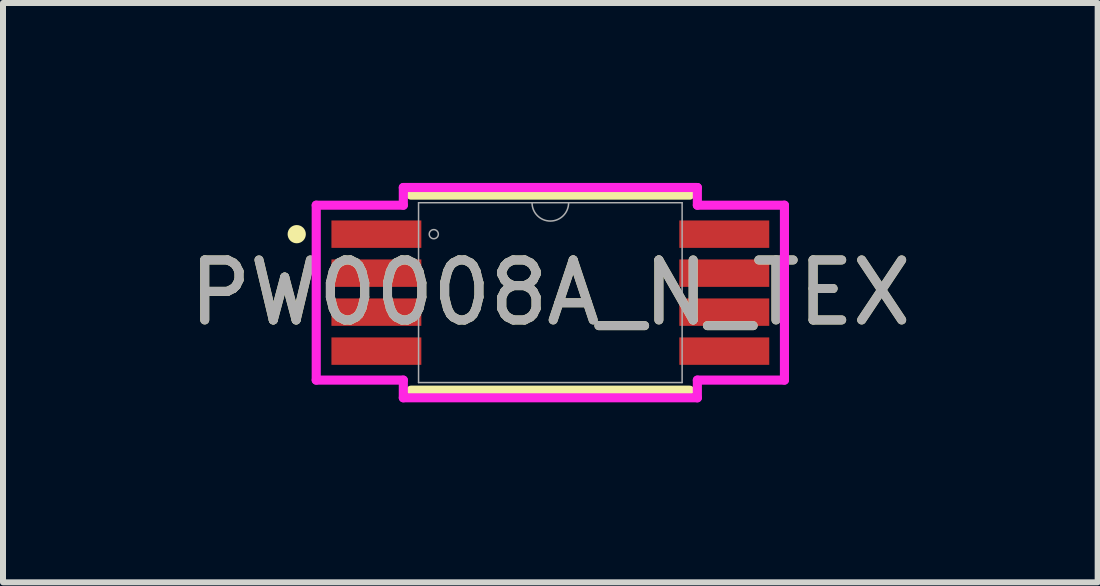
<source format=kicad_pcb>
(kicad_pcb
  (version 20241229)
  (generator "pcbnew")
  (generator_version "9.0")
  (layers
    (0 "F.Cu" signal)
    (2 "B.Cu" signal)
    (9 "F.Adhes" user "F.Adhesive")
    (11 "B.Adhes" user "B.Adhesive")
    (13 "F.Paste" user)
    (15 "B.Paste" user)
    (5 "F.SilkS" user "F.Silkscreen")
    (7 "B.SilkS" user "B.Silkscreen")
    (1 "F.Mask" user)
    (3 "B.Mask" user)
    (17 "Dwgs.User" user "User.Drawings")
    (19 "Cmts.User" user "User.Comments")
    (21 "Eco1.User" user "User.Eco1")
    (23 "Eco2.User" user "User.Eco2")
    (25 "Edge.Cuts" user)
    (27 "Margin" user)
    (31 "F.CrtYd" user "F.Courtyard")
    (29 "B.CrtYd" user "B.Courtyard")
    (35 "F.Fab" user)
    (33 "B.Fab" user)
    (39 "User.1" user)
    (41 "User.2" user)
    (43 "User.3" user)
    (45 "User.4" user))
  (footprint "PW0008A_N_TEX"
    (layer "F.Cu")
    (at 6.125 1.829)
    (property "Reference" "PW0008A_N_TEX" (at 0 0 0) (unlocked yes) (layer "F.SilkS") (effects (font (size 1 1) (thickness 0.15))))
    (attr smd)
    (fp_line (start -2.324 1.626) (end 2.324 1.626) (stroke (width 0.152) (type solid)) (layer "F.SilkS"))
    (fp_line (start 2.324 -1.626) (end -2.324 -1.626) (stroke (width 0.152) (type solid)) (layer "F.SilkS"))
    (fp_circle (center -4.228 -0.975) (end -4.152 -0.975) (stroke (width 0.152) (type solid)) (fill no) (layer "F.SilkS"))
    (fp_line (start -3.903 -1.458) (end -2.451 -1.458) (stroke (width 0.152) (type solid)) (layer "F.CrtYd"))
    (fp_line (start -3.903 1.458) (end -3.903 -1.458) (stroke (width 0.152) (type solid)) (layer "F.CrtYd"))
    (fp_line (start -3.903 1.458) (end -2.451 1.458) (stroke (width 0.152) (type solid)) (layer "F.CrtYd"))
    (fp_line (start -2.451 -1.753) (end 2.451 -1.753) (stroke (width 0.152) (type solid)) (layer "F.CrtYd"))
    (fp_line (start -2.451 -1.458) (end -2.451 -1.753) (stroke (width 0.152) (type solid)) (layer "F.CrtYd"))
    (fp_line (start -2.451 1.753) (end -2.451 1.458) (stroke (width 0.152) (type solid)) (layer "F.CrtYd"))
    (fp_line (start 2.451 -1.753) (end 2.451 -1.458) (stroke (width 0.152) (type solid)) (layer "F.CrtYd"))
    (fp_line (start 2.451 1.458) (end 2.451 1.753) (stroke (width 0.152) (type solid)) (layer "F.CrtYd"))
    (fp_line (start 2.451 1.753) (end -2.451 1.753) (stroke (width 0.152) (type solid)) (layer "F.CrtYd"))
    (fp_line (start 3.903 -1.458) (end 2.451 -1.458) (stroke (width 0.152) (type solid)) (layer "F.CrtYd"))
    (fp_line (start 3.903 -1.458) (end 3.903 1.458) (stroke (width 0.152) (type solid)) (layer "F.CrtYd"))
    (fp_line (start 3.903 1.458) (end 2.451 1.458) (stroke (width 0.152) (type solid)) (layer "F.CrtYd"))
    (fp_line (start -2.197 -1.499) (end -2.197 1.499) (stroke (width 0.025) (type solid)) (layer "F.Fab"))
    (fp_line (start -2.197 1.499) (end 2.197 1.499) (stroke (width 0.025) (type solid)) (layer "F.Fab"))
    (fp_line (start 2.197 -1.499) (end -2.197 -1.499) (stroke (width 0.025) (type solid)) (layer "F.Fab"))
    (fp_line (start 2.197 1.499) (end 2.197 -1.499) (stroke (width 0.025) (type solid)) (layer "F.Fab"))
    (fp_arc (start 0.3048 -1.4986) (mid 0 -1.1938) (end -0.3048 -1.4986) (stroke (width 0.0254) (type solid)) (layer "F.Fab"))
    (fp_circle (center -1.943 -0.975) (end -1.867 -0.975) (stroke (width 0.025) (type solid)) (fill no) (layer "F.Fab"))
    (fp_text user "${REFERENCE}" (at 0 0 0) (unlocked yes) (layer "F.Fab") (effects (font (size 1 1) (thickness 0.15))))
    (pad "1" smd rect (at -2.9 -0.975) (size 1.499 0.457) (layers "F.Cu" "F.Mask" "F.Paste"))
    (pad "2" smd rect (at -2.9 -0.325) (size 1.499 0.457) (layers "F.Cu" "F.Mask" "F.Paste"))
    (pad "3" smd rect (at -2.9 0.325) (size 1.499 0.457) (layers "F.Cu" "F.Mask" "F.Paste"))
    (pad "4" smd rect (at -2.9 0.975) (size 1.499 0.457) (layers "F.Cu" "F.Mask" "F.Paste"))
    (pad "5" smd rect (at 2.9 0.975) (size 1.499 0.457) (layers "F.Cu" "F.Mask" "F.Paste"))
    (pad "6" smd rect (at 2.9 0.325) (size 1.499 0.457) (layers "F.Cu" "F.Mask" "F.Paste"))
    (pad "7" smd rect (at 2.9 -0.325) (size 1.499 0.457) (layers "F.Cu" "F.Mask" "F.Paste"))
    (pad "8" smd rect (at 2.9 -0.975) (size 1.499 0.457) (layers "F.Cu" "F.Mask" "F.Paste")))
  (gr_rect
    (start -3 -3)
    (end 15.25 6.658)
    (stroke (width 0.1) (type default))
    (fill no)
    (layer "Edge.Cuts")))
</source>
